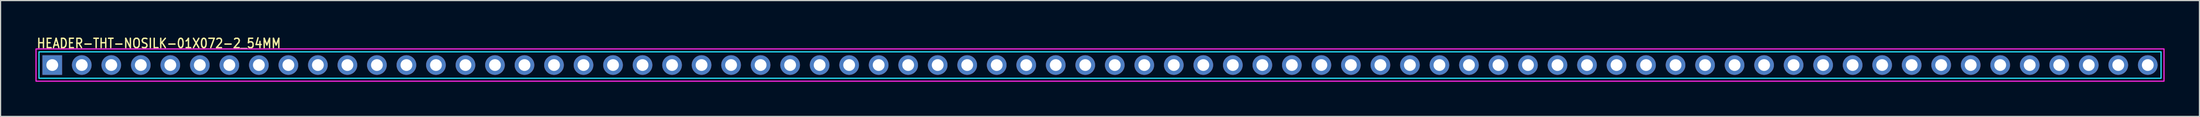
<source format=kicad_pcb>
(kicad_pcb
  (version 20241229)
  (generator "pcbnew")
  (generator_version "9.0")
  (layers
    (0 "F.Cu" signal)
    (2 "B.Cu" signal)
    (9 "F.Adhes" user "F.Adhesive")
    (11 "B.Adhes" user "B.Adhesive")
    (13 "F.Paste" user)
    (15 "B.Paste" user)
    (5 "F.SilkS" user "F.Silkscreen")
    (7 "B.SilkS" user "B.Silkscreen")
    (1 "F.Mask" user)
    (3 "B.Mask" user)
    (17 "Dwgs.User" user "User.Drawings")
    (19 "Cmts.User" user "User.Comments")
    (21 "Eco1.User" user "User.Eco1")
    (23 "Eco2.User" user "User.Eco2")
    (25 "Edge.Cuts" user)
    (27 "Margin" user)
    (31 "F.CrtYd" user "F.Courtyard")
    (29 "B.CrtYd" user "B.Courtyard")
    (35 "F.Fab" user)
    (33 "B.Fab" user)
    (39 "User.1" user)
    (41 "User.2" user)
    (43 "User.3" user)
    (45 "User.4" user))
  (footprint "HEADER-THT-NOSILK-01X072-2_54MM"
    (layer "F.Cu")
    (at 1.447 2.579)
    (property "Reference" "HEADER-THT-NOSILK-01X072-2_54MM" (at -1.4 -1.4 0) (unlocked yes) (layer "F.SilkS") (effects (font (size 0.813 0.695) (thickness 0.122)) (justify left bottom)))
    (fp_poly (pts (xy -1.143 -1.143) (xy 181.483 -1.143) (xy 181.483 1.143) (xy -1.143 1.143)) (stroke (width 0.1) (type solid)) (fill no) (layer "B.CrtYd"))
    (fp_poly (pts (xy -1.397 -1.397) (xy 181.737 -1.397) (xy 181.737 1.397) (xy -1.397 1.397)) (stroke (width 0.1) (type solid)) (fill no) (layer "F.CrtYd"))
    (pad "P$1" thru_hole rect (at 0 0) (size 1.693 1.693) (drill 1.016) (layers "*.Cu" "*.Mask"))
    (pad "P$2" thru_hole oval (at 2.54 0) (size 1.693 1.693) (drill 1.016) (layers "*.Cu" "*.Mask"))
    (pad "P$3" thru_hole oval (at 5.08 0) (size 1.693 1.693) (drill 1.016) (layers "*.Cu" "*.Mask"))
    (pad "P$4" thru_hole oval (at 7.62 0) (size 1.693 1.693) (drill 1.016) (layers "*.Cu" "*.Mask"))
    (pad "P$5" thru_hole oval (at 10.16 0) (size 1.693 1.693) (drill 1.016) (layers "*.Cu" "*.Mask"))
    (pad "P$6" thru_hole oval (at 12.7 0) (size 1.693 1.693) (drill 1.016) (layers "*.Cu" "*.Mask"))
    (pad "P$7" thru_hole oval (at 15.24 0) (size 1.693 1.693) (drill 1.016) (layers "*.Cu" "*.Mask"))
    (pad "P$8" thru_hole oval (at 17.78 0) (size 1.693 1.693) (drill 1.016) (layers "*.Cu" "*.Mask"))
    (pad "P$9" thru_hole oval (at 20.32 0) (size 1.693 1.693) (drill 1.016) (layers "*.Cu" "*.Mask"))
    (pad "P$10" thru_hole oval (at 22.86 0) (size 1.693 1.693) (drill 1.016) (layers "*.Cu" "*.Mask"))
    (pad "P$11" thru_hole oval (at 25.4 0) (size 1.693 1.693) (drill 1.016) (layers "*.Cu" "*.Mask"))
    (pad "P$12" thru_hole oval (at 27.94 0) (size 1.693 1.693) (drill 1.016) (layers "*.Cu" "*.Mask"))
    (pad "P$13" thru_hole oval (at 30.48 0) (size 1.693 1.693) (drill 1.016) (layers "*.Cu" "*.Mask"))
    (pad "P$14" thru_hole oval (at 33.02 0) (size 1.693 1.693) (drill 1.016) (layers "*.Cu" "*.Mask"))
    (pad "P$15" thru_hole oval (at 35.56 0) (size 1.693 1.693) (drill 1.016) (layers "*.Cu" "*.Mask"))
    (pad "P$16" thru_hole oval (at 38.1 0) (size 1.693 1.693) (drill 1.016) (layers "*.Cu" "*.Mask"))
    (pad "P$17" thru_hole oval (at 40.64 0) (size 1.693 1.693) (drill 1.016) (layers "*.Cu" "*.Mask"))
    (pad "P$18" thru_hole oval (at 43.18 0) (size 1.693 1.693) (drill 1.016) (layers "*.Cu" "*.Mask"))
    (pad "P$19" thru_hole oval (at 45.72 0) (size 1.693 1.693) (drill 1.016) (layers "*.Cu" "*.Mask"))
    (pad "P$20" thru_hole oval (at 48.26 0) (size 1.693 1.693) (drill 1.016) (layers "*.Cu" "*.Mask"))
    (pad "P$21" thru_hole oval (at 50.8 0) (size 1.693 1.693) (drill 1.016) (layers "*.Cu" "*.Mask"))
    (pad "P$22" thru_hole oval (at 53.34 0) (size 1.693 1.693) (drill 1.016) (layers "*.Cu" "*.Mask"))
    (pad "P$23" thru_hole oval (at 55.88 0) (size 1.693 1.693) (drill 1.016) (layers "*.Cu" "*.Mask"))
    (pad "P$24" thru_hole oval (at 58.42 0) (size 1.693 1.693) (drill 1.016) (layers "*.Cu" "*.Mask"))
    (pad "P$25" thru_hole oval (at 60.96 0) (size 1.693 1.693) (drill 1.016) (layers "*.Cu" "*.Mask"))
    (pad "P$26" thru_hole oval (at 63.5 0) (size 1.693 1.693) (drill 1.016) (layers "*.Cu" "*.Mask"))
    (pad "P$27" thru_hole oval (at 66.04 0) (size 1.693 1.693) (drill 1.016) (layers "*.Cu" "*.Mask"))
    (pad "P$28" thru_hole oval (at 68.58 0) (size 1.693 1.693) (drill 1.016) (layers "*.Cu" "*.Mask"))
    (pad "P$29" thru_hole oval (at 71.12 0) (size 1.693 1.693) (drill 1.016) (layers "*.Cu" "*.Mask"))
    (pad "P$30" thru_hole oval (at 73.66 0) (size 1.693 1.693) (drill 1.016) (layers "*.Cu" "*.Mask"))
    (pad "P$31" thru_hole oval (at 76.2 0) (size 1.693 1.693) (drill 1.016) (layers "*.Cu" "*.Mask"))
    (pad "P$32" thru_hole oval (at 78.74 0) (size 1.693 1.693) (drill 1.016) (layers "*.Cu" "*.Mask"))
    (pad "P$33" thru_hole oval (at 81.28 0) (size 1.693 1.693) (drill 1.016) (layers "*.Cu" "*.Mask"))
    (pad "P$34" thru_hole oval (at 83.82 0) (size 1.693 1.693) (drill 1.016) (layers "*.Cu" "*.Mask"))
    (pad "P$35" thru_hole oval (at 86.36 0) (size 1.693 1.693) (drill 1.016) (layers "*.Cu" "*.Mask"))
    (pad "P$36" thru_hole oval (at 88.9 0) (size 1.693 1.693) (drill 1.016) (layers "*.Cu" "*.Mask"))
    (pad "P$37" thru_hole oval (at 91.44 0) (size 1.693 1.693) (drill 1.016) (layers "*.Cu" "*.Mask"))
    (pad "P$38" thru_hole oval (at 93.98 0) (size 1.693 1.693) (drill 1.016) (layers "*.Cu" "*.Mask"))
    (pad "P$39" thru_hole oval (at 96.52 0) (size 1.693 1.693) (drill 1.016) (layers "*.Cu" "*.Mask"))
    (pad "P$40" thru_hole oval (at 99.06 0) (size 1.693 1.693) (drill 1.016) (layers "*.Cu" "*.Mask"))
    (pad "P$41" thru_hole oval (at 101.6 0) (size 1.693 1.693) (drill 1.016) (layers "*.Cu" "*.Mask"))
    (pad "P$42" thru_hole oval (at 104.14 0) (size 1.693 1.693) (drill 1.016) (layers "*.Cu" "*.Mask"))
    (pad "P$43" thru_hole oval (at 106.68 0) (size 1.693 1.693) (drill 1.016) (layers "*.Cu" "*.Mask"))
    (pad "P$44" thru_hole oval (at 109.22 0) (size 1.693 1.693) (drill 1.016) (layers "*.Cu" "*.Mask"))
    (pad "P$45" thru_hole oval (at 111.76 0) (size 1.693 1.693) (drill 1.016) (layers "*.Cu" "*.Mask"))
    (pad "P$46" thru_hole oval (at 114.3 0) (size 1.693 1.693) (drill 1.016) (layers "*.Cu" "*.Mask"))
    (pad "P$47" thru_hole oval (at 116.84 0) (size 1.693 1.693) (drill 1.016) (layers "*.Cu" "*.Mask"))
    (pad "P$48" thru_hole oval (at 119.38 0) (size 1.693 1.693) (drill 1.016) (layers "*.Cu" "*.Mask"))
    (pad "P$49" thru_hole oval (at 121.92 0) (size 1.693 1.693) (drill 1.016) (layers "*.Cu" "*.Mask"))
    (pad "P$50" thru_hole oval (at 124.46 0) (size 1.693 1.693) (drill 1.016) (layers "*.Cu" "*.Mask"))
    (pad "P$51" thru_hole oval (at 127 0) (size 1.693 1.693) (drill 1.016) (layers "*.Cu" "*.Mask"))
    (pad "P$52" thru_hole oval (at 129.54 0) (size 1.693 1.693) (drill 1.016) (layers "*.Cu" "*.Mask"))
    (pad "P$53" thru_hole oval (at 132.08 0) (size 1.693 1.693) (drill 1.016) (layers "*.Cu" "*.Mask"))
    (pad "P$54" thru_hole oval (at 134.62 0) (size 1.693 1.693) (drill 1.016) (layers "*.Cu" "*.Mask"))
    (pad "P$55" thru_hole oval (at 137.16 0) (size 1.693 1.693) (drill 1.016) (layers "*.Cu" "*.Mask"))
    (pad "P$56" thru_hole oval (at 139.7 0) (size 1.693 1.693) (drill 1.016) (layers "*.Cu" "*.Mask"))
    (pad "P$57" thru_hole oval (at 142.24 0) (size 1.693 1.693) (drill 1.016) (layers "*.Cu" "*.Mask"))
    (pad "P$58" thru_hole oval (at 144.78 0) (size 1.693 1.693) (drill 1.016) (layers "*.Cu" "*.Mask"))
    (pad "P$59" thru_hole oval (at 147.32 0) (size 1.693 1.693) (drill 1.016) (layers "*.Cu" "*.Mask"))
    (pad "P$60" thru_hole oval (at 149.86 0) (size 1.693 1.693) (drill 1.016) (layers "*.Cu" "*.Mask"))
    (pad "P$61" thru_hole oval (at 152.4 0) (size 1.693 1.693) (drill 1.016) (layers "*.Cu" "*.Mask"))
    (pad "P$62" thru_hole oval (at 154.94 0) (size 1.693 1.693) (drill 1.016) (layers "*.Cu" "*.Mask"))
    (pad "P$63" thru_hole oval (at 157.48 0) (size 1.693 1.693) (drill 1.016) (layers "*.Cu" "*.Mask"))
    (pad "P$64" thru_hole oval (at 160.02 0) (size 1.693 1.693) (drill 1.016) (layers "*.Cu" "*.Mask"))
    (pad "P$65" thru_hole oval (at 162.56 0) (size 1.693 1.693) (drill 1.016) (layers "*.Cu" "*.Mask"))
    (pad "P$66" thru_hole oval (at 165.1 0) (size 1.693 1.693) (drill 1.016) (layers "*.Cu" "*.Mask"))
    (pad "P$67" thru_hole oval (at 167.64 0) (size 1.693 1.693) (drill 1.016) (layers "*.Cu" "*.Mask"))
    (pad "P$68" thru_hole oval (at 170.18 0) (size 1.693 1.693) (drill 1.016) (layers "*.Cu" "*.Mask"))
    (pad "P$69" thru_hole oval (at 172.72 0) (size 1.693 1.693) (drill 1.016) (layers "*.Cu" "*.Mask"))
    (pad "P$70" thru_hole oval (at 175.26 0) (size 1.693 1.693) (drill 1.016) (layers "*.Cu" "*.Mask"))
    (pad "P$71" thru_hole oval (at 177.8 0) (size 1.693 1.693) (drill 1.016) (layers "*.Cu" "*.Mask"))
    (pad "P$72" thru_hole oval (at 180.34 0) (size 1.693 1.693) (drill 1.016) (layers "*.Cu" "*.Mask")))
  (gr_rect
    (start -3 -3)
    (end 186.234 7.026)
    (stroke (width 0.1) (type default))
    (fill no)
    (layer "Edge.Cuts")))
</source>
